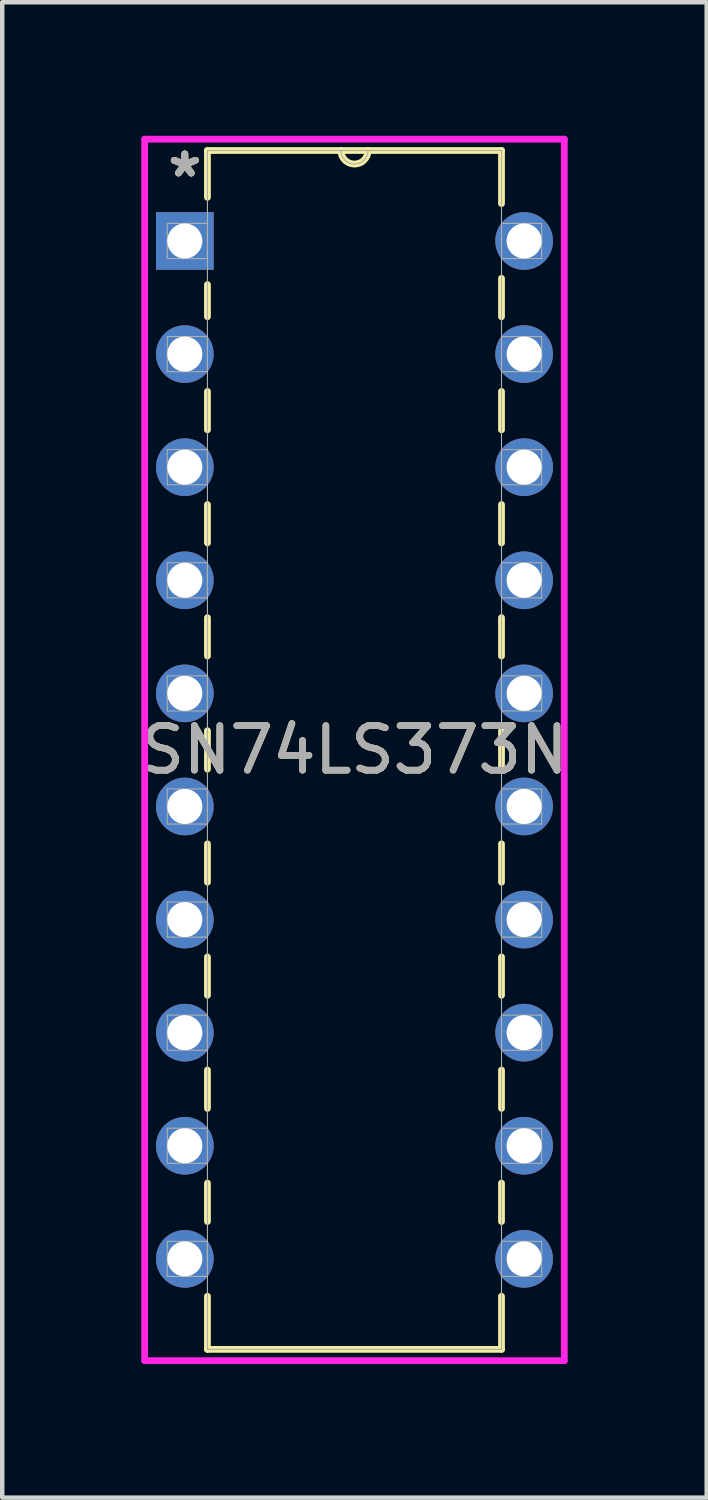
<source format=kicad_pcb>
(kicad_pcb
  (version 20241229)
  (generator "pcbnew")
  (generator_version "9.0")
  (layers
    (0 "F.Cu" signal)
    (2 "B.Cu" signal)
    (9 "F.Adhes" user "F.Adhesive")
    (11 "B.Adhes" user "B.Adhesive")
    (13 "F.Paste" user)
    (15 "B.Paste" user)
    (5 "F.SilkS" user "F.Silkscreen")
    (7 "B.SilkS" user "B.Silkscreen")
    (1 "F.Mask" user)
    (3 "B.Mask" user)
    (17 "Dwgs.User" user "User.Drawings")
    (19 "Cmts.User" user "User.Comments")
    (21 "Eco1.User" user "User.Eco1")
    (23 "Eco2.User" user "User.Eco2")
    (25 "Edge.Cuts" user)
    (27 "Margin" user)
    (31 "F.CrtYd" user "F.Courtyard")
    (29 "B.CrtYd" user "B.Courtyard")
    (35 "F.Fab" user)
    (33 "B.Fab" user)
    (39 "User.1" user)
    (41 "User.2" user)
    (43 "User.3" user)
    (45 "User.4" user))
  (footprint "SN74LS373N"
    (layer "F.Cu")
    (at 8.721 25.222)
    (property "Reference" "SN74LS373N" (at -3.81 -11.43 0) (unlocked yes) (layer "F.SilkS") (effects (font (size 1 1) (thickness 0.15))))
    (attr through_hole)
    (fp_line (start -7.112 -24.892) (end -7.112 -23.84) (stroke (width 0.152) (type solid)) (layer "F.SilkS"))
    (fp_line (start -7.112 -21.88) (end -7.112 -21.159) (stroke (width 0.152) (type solid)) (layer "F.SilkS"))
    (fp_line (start -7.112 -19.481) (end -7.112 -18.619) (stroke (width 0.152) (type solid)) (layer "F.SilkS"))
    (fp_line (start -7.112 -16.941) (end -7.112 -16.079) (stroke (width 0.152) (type solid)) (layer "F.SilkS"))
    (fp_line (start -7.112 -14.401) (end -7.112 -13.539) (stroke (width 0.152) (type solid)) (layer "F.SilkS"))
    (fp_line (start -7.112 -11.861) (end -7.112 -10.999) (stroke (width 0.152) (type solid)) (layer "F.SilkS"))
    (fp_line (start -7.112 -9.321) (end -7.112 -8.459) (stroke (width 0.152) (type solid)) (layer "F.SilkS"))
    (fp_line (start -7.112 -6.781) (end -7.112 -5.919) (stroke (width 0.152) (type solid)) (layer "F.SilkS"))
    (fp_line (start -7.112 -4.241) (end -7.112 -3.379) (stroke (width 0.152) (type solid)) (layer "F.SilkS"))
    (fp_line (start -7.112 -1.701) (end -7.112 -0.839) (stroke (width 0.152) (type solid)) (layer "F.SilkS"))
    (fp_line (start -7.112 0.839) (end -7.112 2.032) (stroke (width 0.152) (type solid)) (layer "F.SilkS"))
    (fp_line (start -7.112 2.032) (end -0.508 2.032) (stroke (width 0.152) (type solid)) (layer "F.SilkS"))
    (fp_line (start -0.508 -24.892) (end -7.112 -24.892) (stroke (width 0.152) (type solid)) (layer "F.SilkS"))
    (fp_line (start -0.508 -23.699) (end -0.508 -24.892) (stroke (width 0.152) (type solid)) (layer "F.SilkS"))
    (fp_line (start -0.508 -21.159) (end -0.508 -22.021) (stroke (width 0.152) (type solid)) (layer "F.SilkS"))
    (fp_line (start -0.508 -18.619) (end -0.508 -19.481) (stroke (width 0.152) (type solid)) (layer "F.SilkS"))
    (fp_line (start -0.508 -16.079) (end -0.508 -16.941) (stroke (width 0.152) (type solid)) (layer "F.SilkS"))
    (fp_line (start -0.508 -13.539) (end -0.508 -14.401) (stroke (width 0.152) (type solid)) (layer "F.SilkS"))
    (fp_line (start -0.508 -10.999) (end -0.508 -11.861) (stroke (width 0.152) (type solid)) (layer "F.SilkS"))
    (fp_line (start -0.508 -8.459) (end -0.508 -9.321) (stroke (width 0.152) (type solid)) (layer "F.SilkS"))
    (fp_line (start -0.508 -5.919) (end -0.508 -6.781) (stroke (width 0.152) (type solid)) (layer "F.SilkS"))
    (fp_line (start -0.508 -3.379) (end -0.508 -4.241) (stroke (width 0.152) (type solid)) (layer "F.SilkS"))
    (fp_line (start -0.508 -0.839) (end -0.508 -1.701) (stroke (width 0.152) (type solid)) (layer "F.SilkS"))
    (fp_line (start -0.508 2.032) (end -0.508 0.839) (stroke (width 0.152) (type solid)) (layer "F.SilkS"))
    (fp_arc (start -3.5052 -24.892) (mid -3.81 -24.5872) (end -4.1148 -24.892) (stroke (width 0.1524) (type solid)) (layer "F.SilkS"))
    (fp_line (start -8.522 -25.146) (end -8.522 2.286) (stroke (width 0.152) (type solid)) (layer "F.CrtYd"))
    (fp_line (start -8.522 2.286) (end 0.902 2.286) (stroke (width 0.152) (type solid)) (layer "F.CrtYd"))
    (fp_line (start 0.902 -25.146) (end -8.522 -25.146) (stroke (width 0.152) (type solid)) (layer "F.CrtYd"))
    (fp_line (start 0.902 2.286) (end 0.902 -25.146) (stroke (width 0.152) (type solid)) (layer "F.CrtYd"))
    (fp_line (start -8.014 -23.254) (end -8.014 -22.466) (stroke (width 0.025) (type solid)) (layer "F.Fab"))
    (fp_line (start -8.014 -22.466) (end -7.112 -22.466) (stroke (width 0.025) (type solid)) (layer "F.Fab"))
    (fp_line (start -8.014 -20.714) (end -8.014 -19.926) (stroke (width 0.025) (type solid)) (layer "F.Fab"))
    (fp_line (start -8.014 -19.926) (end -7.112 -19.926) (stroke (width 0.025) (type solid)) (layer "F.Fab"))
    (fp_line (start -8.014 -18.174) (end -8.014 -17.386) (stroke (width 0.025) (type solid)) (layer "F.Fab"))
    (fp_line (start -8.014 -17.386) (end -7.112 -17.386) (stroke (width 0.025) (type solid)) (layer "F.Fab"))
    (fp_line (start -8.014 -15.634) (end -8.014 -14.846) (stroke (width 0.025) (type solid)) (layer "F.Fab"))
    (fp_line (start -8.014 -14.846) (end -7.112 -14.846) (stroke (width 0.025) (type solid)) (layer "F.Fab"))
    (fp_line (start -8.014 -13.094) (end -8.014 -12.306) (stroke (width 0.025) (type solid)) (layer "F.Fab"))
    (fp_line (start -8.014 -12.306) (end -7.112 -12.306) (stroke (width 0.025) (type solid)) (layer "F.Fab"))
    (fp_line (start -8.014 -10.554) (end -8.014 -9.766) (stroke (width 0.025) (type solid)) (layer "F.Fab"))
    (fp_line (start -8.014 -9.766) (end -7.112 -9.766) (stroke (width 0.025) (type solid)) (layer "F.Fab"))
    (fp_line (start -8.014 -8.014) (end -8.014 -7.226) (stroke (width 0.025) (type solid)) (layer "F.Fab"))
    (fp_line (start -8.014 -7.226) (end -7.112 -7.226) (stroke (width 0.025) (type solid)) (layer "F.Fab"))
    (fp_line (start -8.014 -5.474) (end -8.014 -4.686) (stroke (width 0.025) (type solid)) (layer "F.Fab"))
    (fp_line (start -8.014 -4.686) (end -7.112 -4.686) (stroke (width 0.025) (type solid)) (layer "F.Fab"))
    (fp_line (start -8.014 -2.934) (end -8.014 -2.146) (stroke (width 0.025) (type solid)) (layer "F.Fab"))
    (fp_line (start -8.014 -2.146) (end -7.112 -2.146) (stroke (width 0.025) (type solid)) (layer "F.Fab"))
    (fp_line (start -8.014 -0.394) (end -8.014 0.394) (stroke (width 0.025) (type solid)) (layer "F.Fab"))
    (fp_line (start -8.014 0.394) (end -7.112 0.394) (stroke (width 0.025) (type solid)) (layer "F.Fab"))
    (fp_line (start -7.112 -24.892) (end -7.112 2.032) (stroke (width 0.025) (type solid)) (layer "F.Fab"))
    (fp_line (start -7.112 -23.254) (end -8.014 -23.254) (stroke (width 0.025) (type solid)) (layer "F.Fab"))
    (fp_line (start -7.112 -22.466) (end -7.112 -23.254) (stroke (width 0.025) (type solid)) (layer "F.Fab"))
    (fp_line (start -7.112 -20.714) (end -8.014 -20.714) (stroke (width 0.025) (type solid)) (layer "F.Fab"))
    (fp_line (start -7.112 -19.926) (end -7.112 -20.714) (stroke (width 0.025) (type solid)) (layer "F.Fab"))
    (fp_line (start -7.112 -18.174) (end -8.014 -18.174) (stroke (width 0.025) (type solid)) (layer "F.Fab"))
    (fp_line (start -7.112 -17.386) (end -7.112 -18.174) (stroke (width 0.025) (type solid)) (layer "F.Fab"))
    (fp_line (start -7.112 -15.634) (end -8.014 -15.634) (stroke (width 0.025) (type solid)) (layer "F.Fab"))
    (fp_line (start -7.112 -14.846) (end -7.112 -15.634) (stroke (width 0.025) (type solid)) (layer "F.Fab"))
    (fp_line (start -7.112 -13.094) (end -8.014 -13.094) (stroke (width 0.025) (type solid)) (layer "F.Fab"))
    (fp_line (start -7.112 -12.306) (end -7.112 -13.094) (stroke (width 0.025) (type solid)) (layer "F.Fab"))
    (fp_line (start -7.112 -10.554) (end -8.014 -10.554) (stroke (width 0.025) (type solid)) (layer "F.Fab"))
    (fp_line (start -7.112 -9.766) (end -7.112 -10.554) (stroke (width 0.025) (type solid)) (layer "F.Fab"))
    (fp_line (start -7.112 -8.014) (end -8.014 -8.014) (stroke (width 0.025) (type solid)) (layer "F.Fab"))
    (fp_line (start -7.112 -7.226) (end -7.112 -8.014) (stroke (width 0.025) (type solid)) (layer "F.Fab"))
    (fp_line (start -7.112 -5.474) (end -8.014 -5.474) (stroke (width 0.025) (type solid)) (layer "F.Fab"))
    (fp_line (start -7.112 -4.686) (end -7.112 -5.474) (stroke (width 0.025) (type solid)) (layer "F.Fab"))
    (fp_line (start -7.112 -2.934) (end -8.014 -2.934) (stroke (width 0.025) (type solid)) (layer "F.Fab"))
    (fp_line (start -7.112 -2.146) (end -7.112 -2.934) (stroke (width 0.025) (type solid)) (layer "F.Fab"))
    (fp_line (start -7.112 -0.394) (end -8.014 -0.394) (stroke (width 0.025) (type solid)) (layer "F.Fab"))
    (fp_line (start -7.112 0.394) (end -7.112 -0.394) (stroke (width 0.025) (type solid)) (layer "F.Fab"))
    (fp_line (start -7.112 2.032) (end -0.508 2.032) (stroke (width 0.025) (type solid)) (layer "F.Fab"))
    (fp_line (start -0.508 -24.892) (end -7.112 -24.892) (stroke (width 0.025) (type solid)) (layer "F.Fab"))
    (fp_line (start -0.508 -23.254) (end -0.508 -22.466) (stroke (width 0.025) (type solid)) (layer "F.Fab"))
    (fp_line (start -0.508 -22.466) (end 0.394 -22.466) (stroke (width 0.025) (type solid)) (layer "F.Fab"))
    (fp_line (start -0.508 -20.714) (end -0.508 -19.926) (stroke (width 0.025) (type solid)) (layer "F.Fab"))
    (fp_line (start -0.508 -19.926) (end 0.394 -19.926) (stroke (width 0.025) (type solid)) (layer "F.Fab"))
    (fp_line (start -0.508 -18.174) (end -0.508 -17.386) (stroke (width 0.025) (type solid)) (layer "F.Fab"))
    (fp_line (start -0.508 -17.386) (end 0.394 -17.386) (stroke (width 0.025) (type solid)) (layer "F.Fab"))
    (fp_line (start -0.508 -15.634) (end -0.508 -14.846) (stroke (width 0.025) (type solid)) (layer "F.Fab"))
    (fp_line (start -0.508 -14.846) (end 0.394 -14.846) (stroke (width 0.025) (type solid)) (layer "F.Fab"))
    (fp_line (start -0.508 -13.094) (end -0.508 -12.306) (stroke (width 0.025) (type solid)) (layer "F.Fab"))
    (fp_line (start -0.508 -12.306) (end 0.394 -12.306) (stroke (width 0.025) (type solid)) (layer "F.Fab"))
    (fp_line (start -0.508 -10.554) (end -0.508 -9.766) (stroke (width 0.025) (type solid)) (layer "F.Fab"))
    (fp_line (start -0.508 -9.766) (end 0.394 -9.766) (stroke (width 0.025) (type solid)) (layer "F.Fab"))
    (fp_line (start -0.508 -8.014) (end -0.508 -7.226) (stroke (width 0.025) (type solid)) (layer "F.Fab"))
    (fp_line (start -0.508 -7.226) (end 0.394 -7.226) (stroke (width 0.025) (type solid)) (layer "F.Fab"))
    (fp_line (start -0.508 -5.474) (end -0.508 -4.686) (stroke (width 0.025) (type solid)) (layer "F.Fab"))
    (fp_line (start -0.508 -4.686) (end 0.394 -4.686) (stroke (width 0.025) (type solid)) (layer "F.Fab"))
    (fp_line (start -0.508 -2.934) (end -0.508 -2.146) (stroke (width 0.025) (type solid)) (layer "F.Fab"))
    (fp_line (start -0.508 -2.146) (end 0.394 -2.146) (stroke (width 0.025) (type solid)) (layer "F.Fab"))
    (fp_line (start -0.508 -0.394) (end -0.508 0.394) (stroke (width 0.025) (type solid)) (layer "F.Fab"))
    (fp_line (start -0.508 0.394) (end 0.394 0.394) (stroke (width 0.025) (type solid)) (layer "F.Fab"))
    (fp_line (start -0.508 2.032) (end -0.508 -24.892) (stroke (width 0.025) (type solid)) (layer "F.Fab"))
    (fp_line (start 0.394 -23.254) (end -0.508 -23.254) (stroke (width 0.025) (type solid)) (layer "F.Fab"))
    (fp_line (start 0.394 -22.466) (end 0.394 -23.254) (stroke (width 0.025) (type solid)) (layer "F.Fab"))
    (fp_line (start 0.394 -20.714) (end -0.508 -20.714) (stroke (width 0.025) (type solid)) (layer "F.Fab"))
    (fp_line (start 0.394 -19.926) (end 0.394 -20.714) (stroke (width 0.025) (type solid)) (layer "F.Fab"))
    (fp_line (start 0.394 -18.174) (end -0.508 -18.174) (stroke (width 0.025) (type solid)) (layer "F.Fab"))
    (fp_line (start 0.394 -17.386) (end 0.394 -18.174) (stroke (width 0.025) (type solid)) (layer "F.Fab"))
    (fp_line (start 0.394 -15.634) (end -0.508 -15.634) (stroke (width 0.025) (type solid)) (layer "F.Fab"))
    (fp_line (start 0.394 -14.846) (end 0.394 -15.634) (stroke (width 0.025) (type solid)) (layer "F.Fab"))
    (fp_line (start 0.394 -13.094) (end -0.508 -13.094) (stroke (width 0.025) (type solid)) (layer "F.Fab"))
    (fp_line (start 0.394 -12.306) (end 0.394 -13.094) (stroke (width 0.025) (type solid)) (layer "F.Fab"))
    (fp_line (start 0.394 -10.554) (end -0.508 -10.554) (stroke (width 0.025) (type solid)) (layer "F.Fab"))
    (fp_line (start 0.394 -9.766) (end 0.394 -10.554) (stroke (width 0.025) (type solid)) (layer "F.Fab"))
    (fp_line (start 0.394 -8.014) (end -0.508 -8.014) (stroke (width 0.025) (type solid)) (layer "F.Fab"))
    (fp_line (start 0.394 -7.226) (end 0.394 -8.014) (stroke (width 0.025) (type solid)) (layer "F.Fab"))
    (fp_line (start 0.394 -5.474) (end -0.508 -5.474) (stroke (width 0.025) (type solid)) (layer "F.Fab"))
    (fp_line (start 0.394 -4.686) (end 0.394 -5.474) (stroke (width 0.025) (type solid)) (layer "F.Fab"))
    (fp_line (start 0.394 -2.934) (end -0.508 -2.934) (stroke (width 0.025) (type solid)) (layer "F.Fab"))
    (fp_line (start 0.394 -2.146) (end 0.394 -2.934) (stroke (width 0.025) (type solid)) (layer "F.Fab"))
    (fp_line (start 0.394 -0.394) (end -0.508 -0.394) (stroke (width 0.025) (type solid)) (layer "F.Fab"))
    (fp_line (start 0.394 0.394) (end 0.394 -0.394) (stroke (width 0.025) (type solid)) (layer "F.Fab"))
    (fp_arc (start -3.5052 -24.892) (mid -3.81 -24.5872) (end -4.1148 -24.892) (stroke (width 0.0254) (type solid)) (layer "F.Fab"))
    (fp_text user "*" (at -7.62 -24.27 0) (layer "F.SilkS") (effects (font (size 1 1) (thickness 0.15))))
    (fp_text user "*" (at -7.62 -24.27 0) (unlocked yes) (layer "F.SilkS") (effects (font (size 1 1) (thickness 0.15))))
    (fp_text user "*" (at -7.62 -24.27 0) (unlocked yes) (layer "F.Fab") (effects (font (size 1 1) (thickness 0.15))))
    (fp_text user "${REFERENCE}" (at -3.81 -11.43 0) (unlocked yes) (layer "F.Fab") (effects (font (size 1 1) (thickness 0.15))))
    (fp_text user "*" (at -7.62 -24.27 0) (layer "F.Fab") (effects (font (size 1 1) (thickness 0.15))))
    (pad "1" thru_hole rect (at -7.62 -22.86) (size 1.295 1.295) (drill 0.787) (layers "*.Cu" "*.Mask"))
    (pad "2" thru_hole circle (at -7.62 -20.32) (size 1.295 1.295) (drill 0.787) (layers "*.Cu" "*.Mask"))
    (pad "3" thru_hole circle (at -7.62 -17.78) (size 1.295 1.295) (drill 0.787) (layers "*.Cu" "*.Mask"))
    (pad "4" thru_hole circle (at -7.62 -15.24) (size 1.295 1.295) (drill 0.787) (layers "*.Cu" "*.Mask"))
    (pad "5" thru_hole circle (at -7.62 -12.7) (size 1.295 1.295) (drill 0.787) (layers "*.Cu" "*.Mask"))
    (pad "6" thru_hole circle (at -7.62 -10.16) (size 1.295 1.295) (drill 0.787) (layers "*.Cu" "*.Mask"))
    (pad "7" thru_hole circle (at -7.62 -7.62) (size 1.295 1.295) (drill 0.787) (layers "*.Cu" "*.Mask"))
    (pad "8" thru_hole circle (at -7.62 -5.08) (size 1.295 1.295) (drill 0.787) (layers "*.Cu" "*.Mask"))
    (pad "9" thru_hole circle (at -7.62 -2.54) (size 1.295 1.295) (drill 0.787) (layers "*.Cu" "*.Mask"))
    (pad "10" thru_hole circle (at -7.62 0) (size 1.295 1.295) (drill 0.787) (layers "*.Cu" "*.Mask"))
    (pad "11" thru_hole circle (at 0 0) (size 1.295 1.295) (drill 0.787) (layers "*.Cu" "*.Mask"))
    (pad "12" thru_hole circle (at 0 -2.54) (size 1.295 1.295) (drill 0.787) (layers "*.Cu" "*.Mask"))
    (pad "13" thru_hole circle (at 0 -5.08) (size 1.295 1.295) (drill 0.787) (layers "*.Cu" "*.Mask"))
    (pad "14" thru_hole circle (at 0 -7.62) (size 1.295 1.295) (drill 0.787) (layers "*.Cu" "*.Mask"))
    (pad "15" thru_hole circle (at 0 -10.16) (size 1.295 1.295) (drill 0.787) (layers "*.Cu" "*.Mask"))
    (pad "16" thru_hole circle (at 0 -12.7) (size 1.295 1.295) (drill 0.787) (layers "*.Cu" "*.Mask"))
    (pad "17" thru_hole circle (at 0 -15.24) (size 1.295 1.295) (drill 0.787) (layers "*.Cu" "*.Mask"))
    (pad "18" thru_hole circle (at 0 -17.78) (size 1.295 1.295) (drill 0.787) (layers "*.Cu" "*.Mask"))
    (pad "19" thru_hole circle (at 0 -20.32) (size 1.295 1.295) (drill 0.787) (layers "*.Cu" "*.Mask"))
    (pad "20" thru_hole circle (at 0 -22.86) (size 1.295 1.295) (drill 0.787) (layers "*.Cu" "*.Mask")))
  (gr_rect
    (start -3 -3)
    (end 12.821 30.584)
    (stroke (width 0.1) (type default))
    (fill no)
    (layer "Edge.Cuts")))
</source>
